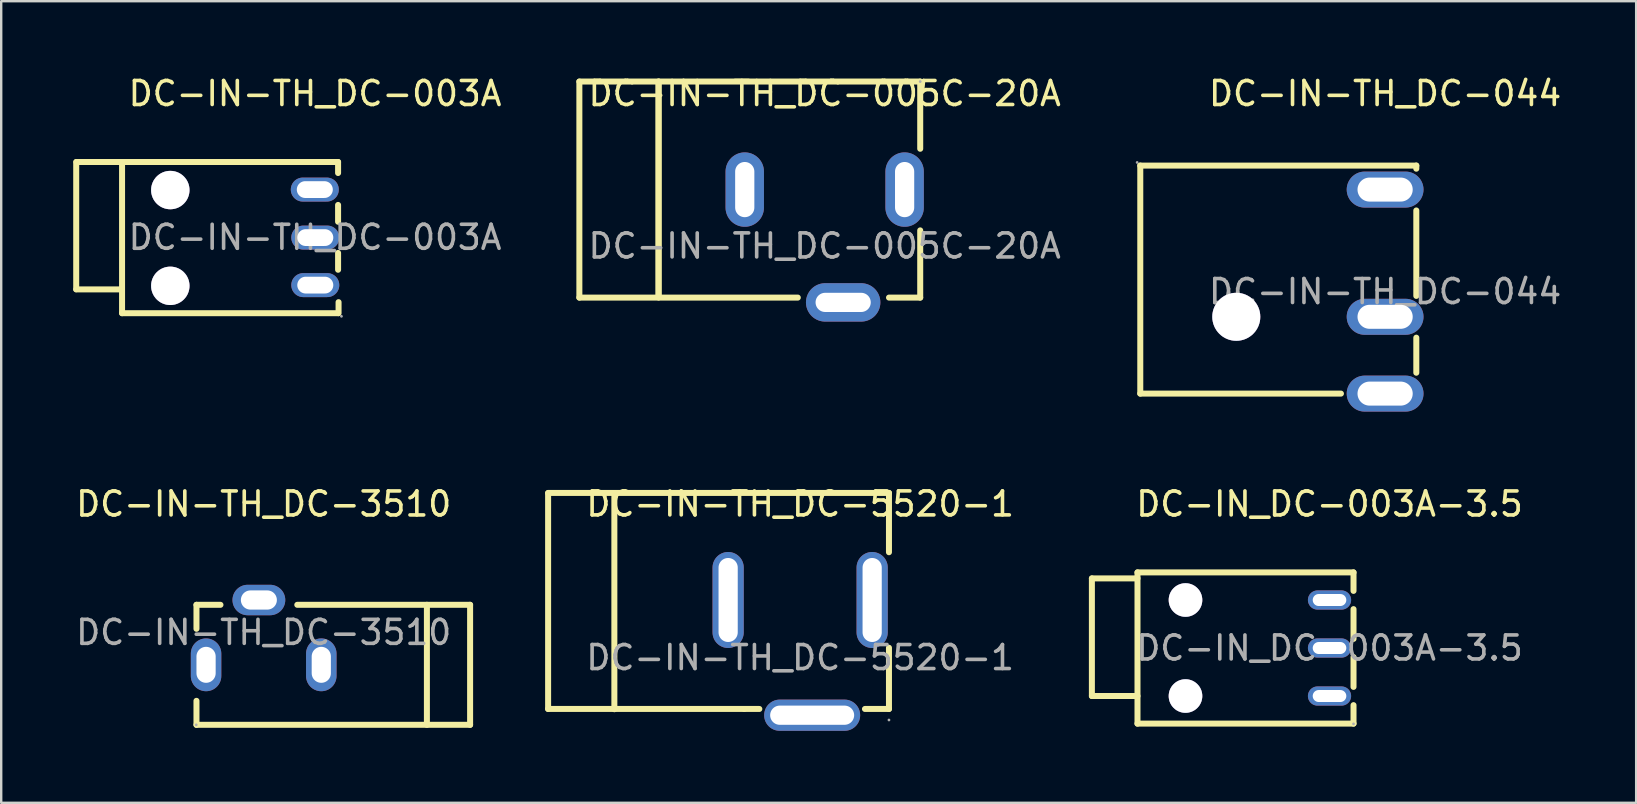
<source format=kicad_pcb>
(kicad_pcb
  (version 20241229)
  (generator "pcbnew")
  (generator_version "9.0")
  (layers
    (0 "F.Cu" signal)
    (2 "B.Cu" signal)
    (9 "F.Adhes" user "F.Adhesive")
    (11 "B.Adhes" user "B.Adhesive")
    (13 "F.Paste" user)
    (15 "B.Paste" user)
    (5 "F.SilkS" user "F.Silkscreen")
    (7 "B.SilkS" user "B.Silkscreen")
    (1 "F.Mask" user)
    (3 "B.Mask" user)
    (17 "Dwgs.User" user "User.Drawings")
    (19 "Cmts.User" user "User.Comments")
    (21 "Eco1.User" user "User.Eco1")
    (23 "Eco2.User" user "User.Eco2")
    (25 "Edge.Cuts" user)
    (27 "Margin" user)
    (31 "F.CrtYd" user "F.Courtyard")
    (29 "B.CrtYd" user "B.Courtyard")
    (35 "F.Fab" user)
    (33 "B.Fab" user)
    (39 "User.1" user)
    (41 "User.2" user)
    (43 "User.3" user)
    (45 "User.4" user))
  (footprint "DC-IN-TH_DC-005C-20A"
    (layer "F.Cu")
    (at 31.307 7.198)
    (property "Reference" "DC-IN-TH_DC-005C-20A" (at 0 -6.35 0) (layer "F.SilkS") (effects (font (size 1 1) (thickness 0.15))))
    (attr through_hole)
    (fp_line (start -10.22 2.15) (end -10.22 -6.85) (stroke (width 0.25) (type solid)) (layer "F.SilkS"))
    (fp_line (start -10.22 2.15) (end -1.12 2.15) (stroke (width 0.25) (type solid)) (layer "F.SilkS"))
    (fp_line (start -6.92 -6.85) (end -6.92 2.14) (stroke (width 0.25) (type solid)) (layer "F.SilkS"))
    (fp_line (start -6.92 -6.85) (end -6.92 2.14) (stroke (width 0.25) (type solid)) (layer "F.SilkS"))
    (fp_line (start 2.68 2.15) (end 3.98 2.15) (stroke (width 0.25) (type solid)) (layer "F.SilkS"))
    (fp_line (start 3.98 -6.85) (end -10.22 -6.85) (stroke (width 0.25) (type solid)) (layer "F.SilkS"))
    (fp_line (start 3.98 -6.85) (end 3.98 -4.05) (stroke (width 0.25) (type solid)) (layer "F.SilkS"))
    (fp_line (start 3.98 -0.65) (end 3.98 2.15) (stroke (width 0.25) (type solid)) (layer "F.SilkS"))
    (fp_circle (center 3.98 -6.85) (end 4.01 -6.85) (stroke (width 0.06) (type solid)) (fill no) (layer "F.Fab"))
    (fp_text user "${REFERENCE}" (at 0 0 0) (layer "F.Fab") (effects (font (size 1 1) (thickness 0.15))))
    (pad "1" thru_hole oval (at 3.33 -2.35 270) (size 3.1 1.6) (drill oval 2.3 0.8) (layers "*.Cu" "*.Paste" "*.Mask"))
    (pad "2" thru_hole oval (at -3.33 -2.35 270) (size 3.1 1.6) (drill oval 2.3 0.8) (layers "*.Cu" "*.Paste" "*.Mask"))
    (pad "3" thru_hole oval (at 0.77 2.35) (size 3.1 1.6) (drill oval 2.3 0.8) (layers "*.Cu" "*.Paste" "*.Mask")))
  (footprint "DC-IN-TH_DC-044"
    (layer "F.Cu")
    (at 54.655 9.098)
    (property "Reference" "DC-IN-TH_DC-044" (at 0 -8.25 0) (layer "F.SilkS") (effects (font (size 1 1) (thickness 0.15))))
    (attr through_hole)
    (fp_line (start -10.2 -5.25) (end -10.2 4.25) (stroke (width 0.25) (type solid)) (layer "F.SilkS"))
    (fp_line (start -10.2 -5.25) (end 1.3 -5.25) (stroke (width 0.25) (type solid)) (layer "F.SilkS"))
    (fp_line (start -10.2 4.25) (end -1.84 4.25) (stroke (width 0.25) (type solid)) (layer "F.SilkS"))
    (fp_line (start 1.3 -5.25) (end 1.3 -5.12) (stroke (width 0.25) (type solid)) (layer "F.SilkS"))
    (fp_line (start 1.3 -3.38) (end 1.3 0.18) (stroke (width 0.25) (type solid)) (layer "F.SilkS"))
    (fp_line (start 1.3 1.92) (end 1.3 3.38) (stroke (width 0.25) (type solid)) (layer "F.SilkS"))
    (fp_circle (center -10.33 -5.38) (end -10.3 -5.38) (stroke (width 0.06) (type solid)) (fill no) (layer "F.Fab"))
    (fp_circle (center -6.2 1.05) (end -5.75 1.05) (stroke (width 0.9) (type solid)) (fill no) (layer "F.Fab"))
    (fp_text user "${REFERENCE}" (at 0 0 0) (layer "F.Fab") (effects (font (size 1 1) (thickness 0.15))))
    (pad "" thru_hole circle (at -6.2 1.05) (size 2 2) (drill 2) (layers "*.Cu" "*.Mask"))
    (pad "2" thru_hole oval (at 0 -4.25) (size 3.2 1.5) (drill oval 2.3 1) (layers "*.Cu" "*.Paste" "*.Mask"))
    (pad "3" thru_hole oval (at 0 1.05) (size 3.2 1.5) (drill oval 2.3 1) (layers "*.Cu" "*.Paste" "*.Mask"))
    (pad "4" thru_hole oval (at 0 4.25) (size 3.2 1.5) (drill oval 2.3 1) (layers "*.Cu" "*.Paste" "*.Mask")))
  (footprint "DC-IN-TH_DC-003A"
    (layer "F.Cu")
    (at 10.075 6.838)
    (property "Reference" "DC-IN-TH_DC-003A" (at 0 -5.99 0) (layer "F.SilkS") (effects (font (size 1 1) (thickness 0.15))))
    (attr through_hole)
    (fp_line (start -9.95 -3.14) (end -9.95 2.16) (stroke (width 0.25) (type solid)) (layer "F.SilkS"))
    (fp_line (start -8.05 2.17) (end -9.95 2.17) (stroke (width 0.25) (type solid)) (layer "F.SilkS"))
    (fp_line (start -8.04 -3.14) (end -9.94 -3.14) (stroke (width 0.25) (type solid)) (layer "F.SilkS"))
    (fp_line (start -8.04 -3.14) (end -8.04 3.16) (stroke (width 0.25) (type solid)) (layer "F.SilkS"))
    (fp_line (start -8.04 -3.14) (end 0.96 -3.14) (stroke (width 0.25) (type solid)) (layer "F.SilkS"))
    (fp_line (start -8.04 3.16) (end 0.96 3.16) (stroke (width 0.25) (type solid)) (layer "F.SilkS"))
    (fp_line (start 0.96 -3.14) (end 0.96 -2.68) (stroke (width 0.25) (type solid)) (layer "F.SilkS"))
    (fp_line (start 0.96 -1.35) (end 0.96 -0.65) (stroke (width 0.25) (type solid)) (layer "F.SilkS"))
    (fp_line (start 0.96 0.65) (end 0.96 1.35) (stroke (width 0.25) (type solid)) (layer "F.SilkS"))
    (fp_line (start 0.98 2.7) (end 0.98 3.16) (stroke (width 0.25) (type solid)) (layer "F.SilkS"))
    (fp_circle (center -6.03 -1.97) (end -5.68 -1.97) (stroke (width 0.7) (type solid)) (fill no) (layer "F.Fab"))
    (fp_circle (center -6.03 2.02) (end -5.68 2.02) (stroke (width 0.7) (type solid)) (fill no) (layer "F.Fab"))
    (fp_circle (center 1.1 3.29) (end 1.13 3.29) (stroke (width 0.06) (type solid)) (fill no) (layer "F.Fab"))
    (fp_text user "${REFERENCE}" (at 0 0 0) (layer "F.Fab") (effects (font (size 1 1) (thickness 0.15))))
    (pad "" thru_hole circle (at -6.03 -1.97) (size 1.6 1.6) (drill 1.6) (layers "*.Cu" "*.Mask"))
    (pad "" thru_hole circle (at -6.03 2.02) (size 1.6 1.6) (drill 1.6) (layers "*.Cu" "*.Mask"))
    (pad "1" thru_hole oval (at 0.01 1.99) (size 2 1) (drill oval 1.5 0.7) (layers "*.Cu" "*.Paste" "*.Mask"))
    (pad "2" thru_hole oval (at 0.01 0.01) (size 2 1) (drill oval 1.5 0.7) (layers "*.Cu" "*.Paste" "*.Mask"))
    (pad "3" thru_hole oval (at -0.01 -1.99) (size 2 1) (drill oval 1.5 0.7) (layers "*.Cu" "*.Paste" "*.Mask")))
  (footprint "DC-IN_DC-003A-3.5"
    (layer "F.Cu")
    (at 52.339 23.947)
    (property "Reference" "DC-IN_DC-003A-3.5" (at 0 -6 0) (layer "F.SilkS") (effects (font (size 1 1) (thickness 0.15))))
    (attr through_hole)
    (fp_line (start -9.9 -2.9) (end -9.9 2) (stroke (width 0.25) (type solid)) (layer "F.SilkS"))
    (fp_line (start -8 -3.15) (end -8 3.15) (stroke (width 0.25) (type solid)) (layer "F.SilkS"))
    (fp_line (start -8 -2.9) (end -9.9 -2.9) (stroke (width 0.25) (type solid)) (layer "F.SilkS"))
    (fp_line (start -8 2) (end -9.9 2) (stroke (width 0.25) (type solid)) (layer "F.SilkS"))
    (fp_line (start 1 -3.15) (end -8 -3.15) (stroke (width 0.25) (type solid)) (layer "F.SilkS"))
    (fp_line (start 1 -3.15) (end 1 -2.38) (stroke (width 0.25) (type solid)) (layer "F.SilkS"))
    (fp_line (start 1 -1.62) (end 1 -0.38) (stroke (width 0.25) (type solid)) (layer "F.SilkS"))
    (fp_line (start 1 0.38) (end 1 1.62) (stroke (width 0.25) (type solid)) (layer "F.SilkS"))
    (fp_line (start 1 2.38) (end 1 3.15) (stroke (width 0.25) (type solid)) (layer "F.SilkS"))
    (fp_line (start 1 3.15) (end -8 3.15) (stroke (width 0.25) (type solid)) (layer "F.SilkS"))
    (fp_circle (center 1 3.16) (end 1.03 3.16) (stroke (width 0.06) (type solid)) (fill no) (layer "F.Fab"))
    (fp_text user "${REFERENCE}" (at 0 0 0) (layer "F.Fab") (effects (font (size 1 1) (thickness 0.15))))
    (pad "" thru_hole circle (at -6 -2) (size 1.4 1.4) (drill 1.4) (layers "*.Cu" "*.Mask"))
    (pad "" thru_hole circle (at -6 2) (size 1.4 1.4) (drill 1.4) (layers "*.Cu" "*.Mask"))
    (pad "1" thru_hole oval (at 0 2) (size 1.8 0.8) (drill oval 1.4 0.5) (layers "*.Cu" "*.Paste" "*.Mask"))
    (pad "2" thru_hole oval (at 0 0) (size 1.8 0.8) (drill oval 1.399 0.5) (layers "*.Cu" "*.Paste" "*.Mask"))
    (pad "3" thru_hole oval (at 0 -2) (size 1.8 0.8) (drill oval 1.399 0.5) (layers "*.Cu" "*.Paste" "*.Mask")))
  (footprint "DC-IN-TH_DC-5520-1"
    (layer "F.Cu")
    (at 30.285 24.346)
    (property "Reference" "DC-IN-TH_DC-5520-1" (at 0 -6.4 0) (layer "F.SilkS") (effects (font (size 1 1) (thickness 0.15))))
    (attr through_hole)
    (fp_line (start -10.5 -6.86) (end 3.7 -6.86) (stroke (width 0.25) (type solid)) (layer "F.SilkS"))
    (fp_line (start -10.5 -6.85) (end -10.5 2.14) (stroke (width 0.25) (type solid)) (layer "F.SilkS"))
    (fp_line (start -10.5 2.14) (end -2.33 2.14) (stroke (width 0.25) (type solid)) (layer "F.SilkS"))
    (fp_line (start -7.74 -6.85) (end -7.74 2.15) (stroke (width 0.25) (type solid)) (layer "F.SilkS"))
    (fp_line (start -1.7 2.14) (end -2.33 2.14) (stroke (width 0.25) (type solid)) (layer "F.SilkS"))
    (fp_line (start 3.7 -6.86) (end 3.7 -4.39) (stroke (width 0.25) (type solid)) (layer "F.SilkS"))
    (fp_line (start 3.7 -0.41) (end 3.7 2.14) (stroke (width 0.25) (type solid)) (layer "F.SilkS"))
    (fp_line (start 3.7 2.14) (end 2.7 2.14) (stroke (width 0.25) (type solid)) (layer "F.SilkS"))
    (fp_circle (center 3.7 2.6) (end 3.73 2.6) (stroke (width 0.06) (type solid)) (fill no) (layer "F.Fab"))
    (fp_text user "${REFERENCE}" (at 0 0 0) (layer "F.Fab") (effects (font (size 1 1) (thickness 0.15))))
    (pad "2" thru_hole oval (at 0.5 2.4) (size 4 1.3) (drill oval 3.5 0.8) (layers "*.Cu" "*.Paste" "*.Mask"))
    (pad "3" thru_hole oval (at -3 -2.4 270) (size 4 1.3) (drill oval 3.5 0.8) (layers "*.Cu" "*.Paste" "*.Mask"))
    (pad "4" thru_hole oval (at 3 -2.4 90) (size 4 1.3) (drill oval 3.5 0.8) (layers "*.Cu" "*.Paste" "*.Mask")))
  (footprint "DC-IN-TH_DC-3510"
    (layer "F.Cu")
    (at 7.935 23.297)
    (property "Reference" "DC-IN-TH_DC-3510" (at 0 -5.35 0) (layer "F.SilkS") (effects (font (size 1 1) (thickness 0.15))))
    (attr through_hole)
    (fp_line (start -2.8 -1.15) (end -2.8 -0.15) (stroke (width 0.25) (type solid)) (layer "F.SilkS"))
    (fp_line (start -2.8 -1.15) (end -1.8 -1.15) (stroke (width 0.25) (type solid)) (layer "F.SilkS"))
    (fp_line (start -2.8 2.85) (end -2.8 3.85) (stroke (width 0.25) (type solid)) (layer "F.SilkS"))
    (fp_line (start 1.4 -1.15) (end 8.6 -1.15) (stroke (width 0.25) (type solid)) (layer "F.SilkS"))
    (fp_line (start 6.8 -1.15) (end 6.8 3.85) (stroke (width 0.25) (type solid)) (layer "F.SilkS"))
    (fp_line (start 8.6 -1.15) (end 8.6 3.85) (stroke (width 0.25) (type solid)) (layer "F.SilkS"))
    (fp_line (start 8.6 3.85) (end -2.8 3.85) (stroke (width 0.25) (type solid)) (layer "F.SilkS"))
    (fp_circle (center -2.81 3.85) (end -2.78 3.85) (stroke (width 0.06) (type solid)) (fill no) (layer "F.Fab"))
    (fp_text user "${REFERENCE}" (at 0 0 0) (layer "F.Fab") (effects (font (size 1 1) (thickness 0.15))))
    (pad "1" thru_hole oval (at -2.4 1.35 270) (size 2.2 1.27) (drill oval 1.5 0.8) (layers "*.Cu" "*.Paste" "*.Mask"))
    (pad "2" thru_hole oval (at 2.4 1.35 270) (size 2.2 1.27) (drill oval 1.5 0.8) (layers "*.Cu" "*.Paste" "*.Mask"))
    (pad "3" thru_hole oval (at -0.2 -1.35) (size 2.2 1.27) (drill oval 1.5 0.8) (layers "*.Cu" "*.Paste" "*.Mask")))
  (gr_rect
    (start -3 -3)
    (end 65.114 30.396)
    (stroke (width 0.1) (type default))
    (fill no)
    (layer "Edge.Cuts")))
</source>
